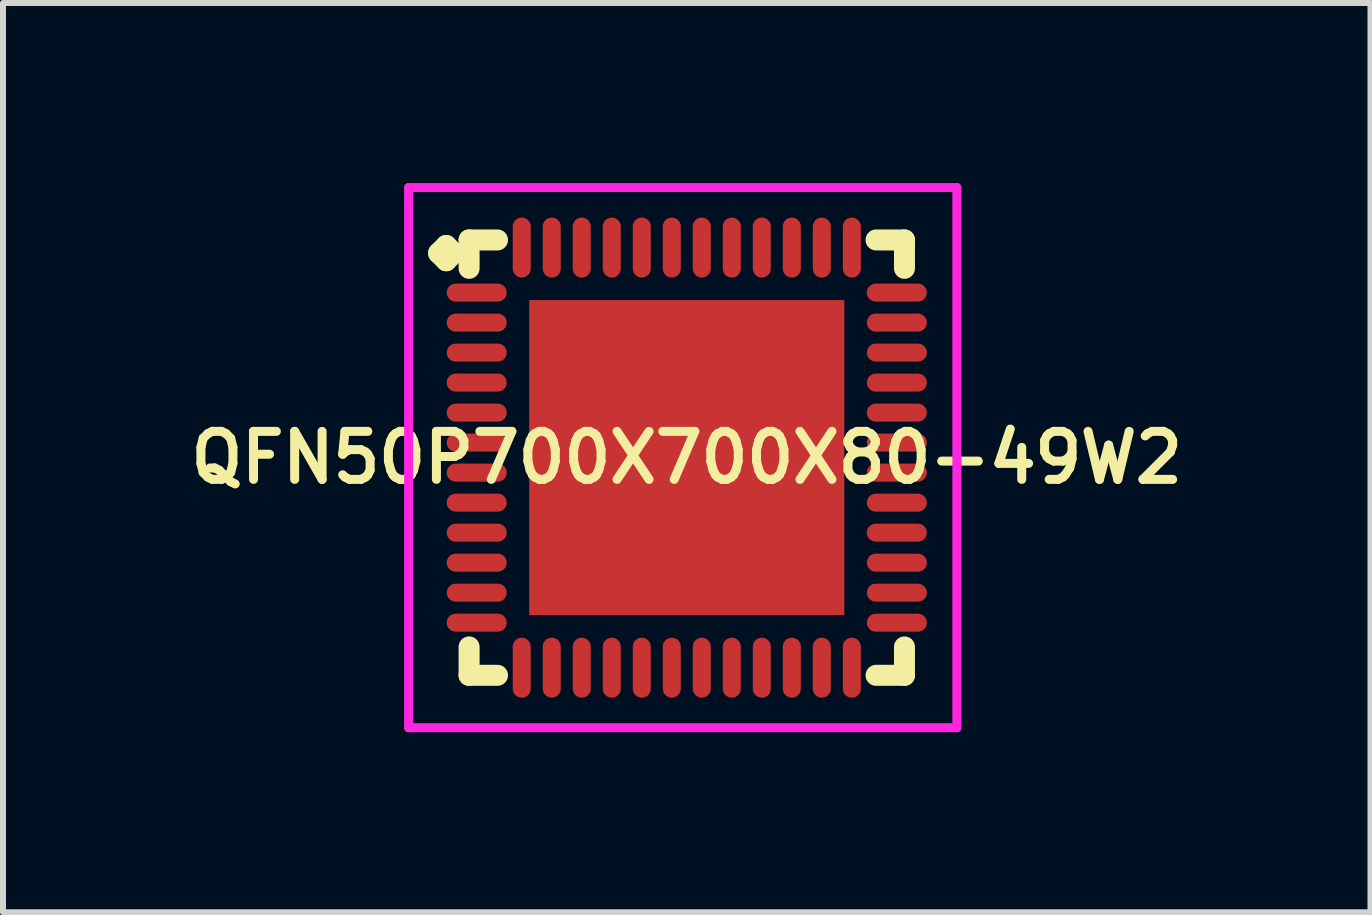
<source format=kicad_pcb>
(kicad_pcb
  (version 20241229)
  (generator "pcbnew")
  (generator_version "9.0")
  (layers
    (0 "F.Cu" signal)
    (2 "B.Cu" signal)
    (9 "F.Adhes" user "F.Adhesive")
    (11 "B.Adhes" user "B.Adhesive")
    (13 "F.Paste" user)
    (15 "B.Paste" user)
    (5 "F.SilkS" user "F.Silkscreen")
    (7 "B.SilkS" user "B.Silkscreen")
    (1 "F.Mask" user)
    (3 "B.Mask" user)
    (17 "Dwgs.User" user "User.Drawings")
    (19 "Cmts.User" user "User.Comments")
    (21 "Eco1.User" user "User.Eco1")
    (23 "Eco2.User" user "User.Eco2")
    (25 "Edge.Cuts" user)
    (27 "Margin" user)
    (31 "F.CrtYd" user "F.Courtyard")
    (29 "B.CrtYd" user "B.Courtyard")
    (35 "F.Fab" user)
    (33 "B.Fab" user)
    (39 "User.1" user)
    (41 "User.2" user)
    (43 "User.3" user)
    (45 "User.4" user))
  (footprint "QFN50P700X700X80-49W2"
    (layer "F.Cu")
    (at 8.393 4.575)
    (property "Reference" "QFN50P700X700X80-49W2" (at 0 0 0) (layer "F.SilkS") (effects (font (size 0.8 0.8) (thickness 0.15))))
    (attr smd)
    (fp_line (start -4.135 -3.408) (end -4.008 -3.535) (stroke (width 0.35) (type solid)) (layer "F.SilkS"))
    (fp_line (start -4.008 -3.535) (end -3.881 -3.408) (stroke (width 0.35) (type solid)) (layer "F.SilkS"))
    (fp_line (start -4.008 -3.281) (end -4.135 -3.408) (stroke (width 0.35) (type solid)) (layer "F.SilkS"))
    (fp_line (start -3.881 -3.408) (end -4.008 -3.281) (stroke (width 0.35) (type solid)) (layer "F.SilkS"))
    (fp_line (start -3.627 -3.627) (end -3.154 -3.627) (stroke (width 0.35) (type solid)) (layer "F.SilkS"))
    (fp_line (start -3.627 -3.154) (end -3.627 -3.627) (stroke (width 0.35) (type solid)) (layer "F.SilkS"))
    (fp_line (start -3.627 3.154) (end -3.627 3.627) (stroke (width 0.35) (type solid)) (layer "F.SilkS"))
    (fp_line (start -3.627 3.627) (end -3.154 3.627) (stroke (width 0.35) (type solid)) (layer "F.SilkS"))
    (fp_line (start 3.154 -3.627) (end 3.627 -3.627) (stroke (width 0.35) (type solid)) (layer "F.SilkS"))
    (fp_line (start 3.154 3.627) (end 3.627 3.627) (stroke (width 0.35) (type solid)) (layer "F.SilkS"))
    (fp_line (start 3.627 -3.627) (end 3.627 -3.154) (stroke (width 0.35) (type solid)) (layer "F.SilkS"))
    (fp_line (start 3.627 3.627) (end 3.627 3.154) (stroke (width 0.35) (type solid)) (layer "F.SilkS"))
    (fp_line (start -4.635 -4.5) (end 4.5 -4.5) (stroke (width 0.15) (type solid)) (layer "F.CrtYd"))
    (fp_line (start -4.635 4.5) (end -4.635 -4.5) (stroke (width 0.15) (type solid)) (layer "F.CrtYd"))
    (fp_line (start 4.5 -4.5) (end 4.5 4.5) (stroke (width 0.15) (type solid)) (layer "F.CrtYd"))
    (fp_line (start 4.5 4.5) (end -4.635 4.5) (stroke (width 0.15) (type solid)) (layer "F.CrtYd"))
    (pad "1" smd oval (at -3.5 -2.75) (size 1 0.3) (layers "F.Cu" "F.Mask" "F.Paste"))
    (pad "2" smd oval (at -3.5 -2.25) (size 1 0.3) (layers "F.Cu" "F.Mask" "F.Paste"))
    (pad "3" smd oval (at -3.5 -1.75) (size 1 0.3) (layers "F.Cu" "F.Mask" "F.Paste"))
    (pad "4" smd oval (at -3.5 -1.25) (size 1 0.3) (layers "F.Cu" "F.Mask" "F.Paste"))
    (pad "5" smd oval (at -3.5 -0.75) (size 1 0.3) (layers "F.Cu" "F.Mask" "F.Paste"))
    (pad "6" smd oval (at -3.5 -0.25) (size 1 0.3) (layers "F.Cu" "F.Mask" "F.Paste"))
    (pad "7" smd oval (at -3.5 0.25) (size 1 0.3) (layers "F.Cu" "F.Mask" "F.Paste"))
    (pad "8" smd oval (at -3.5 0.75) (size 1 0.3) (layers "F.Cu" "F.Mask" "F.Paste"))
    (pad "9" smd oval (at -3.5 1.25) (size 1 0.3) (layers "F.Cu" "F.Mask" "F.Paste"))
    (pad "10" smd oval (at -3.5 1.75) (size 1 0.3) (layers "F.Cu" "F.Mask" "F.Paste"))
    (pad "11" smd oval (at -3.5 2.25) (size 1 0.3) (layers "F.Cu" "F.Mask" "F.Paste"))
    (pad "12" smd oval (at -3.5 2.75) (size 1 0.3) (layers "F.Cu" "F.Mask" "F.Paste"))
    (pad "13" smd oval (at -2.75 3.5) (size 0.3 1) (layers "F.Cu" "F.Mask" "F.Paste"))
    (pad "14" smd oval (at -2.25 3.5) (size 0.3 1) (layers "F.Cu" "F.Mask" "F.Paste"))
    (pad "15" smd oval (at -1.75 3.5) (size 0.3 1) (layers "F.Cu" "F.Mask" "F.Paste"))
    (pad "16" smd oval (at -1.25 3.5) (size 0.3 1) (layers "F.Cu" "F.Mask" "F.Paste"))
    (pad "17" smd oval (at -0.75 3.5) (size 0.3 1) (layers "F.Cu" "F.Mask" "F.Paste"))
    (pad "18" smd oval (at -0.25 3.5) (size 0.3 1) (layers "F.Cu" "F.Mask" "F.Paste"))
    (pad "19" smd oval (at 0.25 3.5) (size 0.3 1) (layers "F.Cu" "F.Mask" "F.Paste"))
    (pad "20" smd oval (at 0.75 3.5) (size 0.3 1) (layers "F.Cu" "F.Mask" "F.Paste"))
    (pad "21" smd oval (at 1.25 3.5) (size 0.3 1) (layers "F.Cu" "F.Mask" "F.Paste"))
    (pad "22" smd oval (at 1.75 3.5) (size 0.3 1) (layers "F.Cu" "F.Mask" "F.Paste"))
    (pad "23" smd oval (at 2.25 3.5) (size 0.3 1) (layers "F.Cu" "F.Mask" "F.Paste"))
    (pad "24" smd oval (at 2.75 3.5) (size 0.3 1) (layers "F.Cu" "F.Mask" "F.Paste"))
    (pad "25" smd oval (at 3.5 2.75) (size 1 0.3) (layers "F.Cu" "F.Mask" "F.Paste"))
    (pad "26" smd oval (at 3.5 2.25) (size 1 0.3) (layers "F.Cu" "F.Mask" "F.Paste"))
    (pad "27" smd oval (at 3.5 1.75) (size 1 0.3) (layers "F.Cu" "F.Mask" "F.Paste"))
    (pad "28" smd oval (at 3.5 1.25) (size 1 0.3) (layers "F.Cu" "F.Mask" "F.Paste"))
    (pad "29" smd oval (at 3.5 0.75) (size 1 0.3) (layers "F.Cu" "F.Mask" "F.Paste"))
    (pad "30" smd oval (at 3.5 0.25) (size 1 0.3) (layers "F.Cu" "F.Mask" "F.Paste"))
    (pad "31" smd oval (at 3.5 -0.25) (size 1 0.3) (layers "F.Cu" "F.Mask" "F.Paste"))
    (pad "32" smd oval (at 3.5 -0.75) (size 1 0.3) (layers "F.Cu" "F.Mask" "F.Paste"))
    (pad "33" smd oval (at 3.5 -1.25) (size 1 0.3) (layers "F.Cu" "F.Mask" "F.Paste"))
    (pad "34" smd oval (at 3.5 -1.75) (size 1 0.3) (layers "F.Cu" "F.Mask" "F.Paste"))
    (pad "35" smd oval (at 3.5 -2.25) (size 1 0.3) (layers "F.Cu" "F.Mask" "F.Paste"))
    (pad "36" smd oval (at 3.5 -2.75) (size 1 0.3) (layers "F.Cu" "F.Mask" "F.Paste"))
    (pad "37" smd oval (at 2.75 -3.5) (size 0.3 1) (layers "F.Cu" "F.Mask" "F.Paste"))
    (pad "38" smd oval (at 2.25 -3.5) (size 0.3 1) (layers "F.Cu" "F.Mask" "F.Paste"))
    (pad "39" smd oval (at 1.75 -3.5) (size 0.3 1) (layers "F.Cu" "F.Mask" "F.Paste"))
    (pad "40" smd oval (at 1.25 -3.5) (size 0.3 1) (layers "F.Cu" "F.Mask" "F.Paste"))
    (pad "41" smd oval (at 0.75 -3.5) (size 0.3 1) (layers "F.Cu" "F.Mask" "F.Paste"))
    (pad "42" smd oval (at 0.25 -3.5) (size 0.3 1) (layers "F.Cu" "F.Mask" "F.Paste"))
    (pad "43" smd oval (at -0.25 -3.5) (size 0.3 1) (layers "F.Cu" "F.Mask" "F.Paste"))
    (pad "44" smd oval (at -0.75 -3.5) (size 0.3 1) (layers "F.Cu" "F.Mask" "F.Paste"))
    (pad "45" smd oval (at -1.25 -3.5) (size 0.3 1) (layers "F.Cu" "F.Mask" "F.Paste"))
    (pad "46" smd oval (at -1.75 -3.5) (size 0.3 1) (layers "F.Cu" "F.Mask" "F.Paste"))
    (pad "47" smd oval (at -2.25 -3.5) (size 0.3 1) (layers "F.Cu" "F.Mask" "F.Paste"))
    (pad "48" smd oval (at -2.75 -3.5) (size 0.3 1) (layers "F.Cu" "F.Mask" "F.Paste"))
    (pad "49" smd rect (at 0 0) (size 5.25 5.25) (layers "F.Cu" "F.Mask" "F.Paste")))
  (gr_rect
    (start -3 -3)
    (end 19.785 12.15)
    (stroke (width 0.1) (type default))
    (fill no)
    (layer "Edge.Cuts")))
</source>
